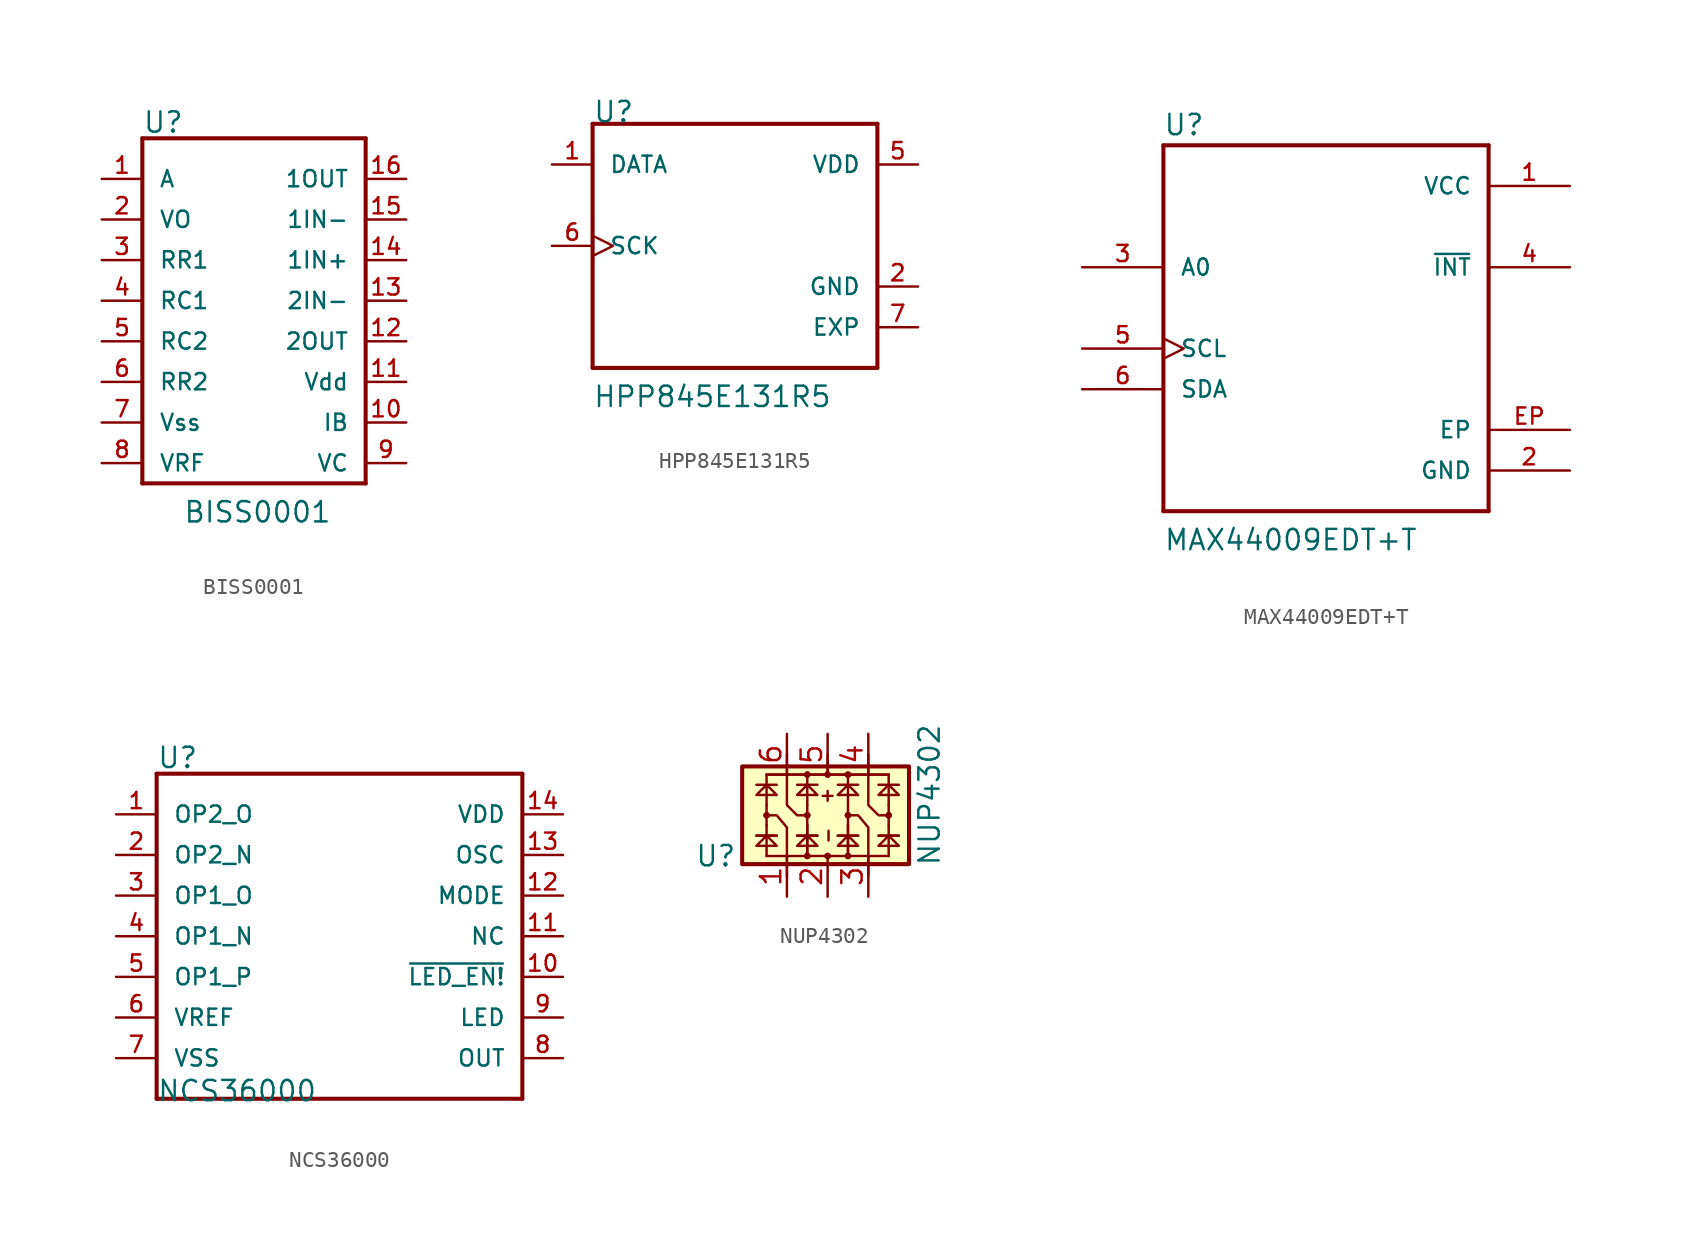
<source format=kicad_sym>
(kicad_symbol_lib
  (version 20220914)
  (generator kicad_symbol_editor)
  (symbol "BISS0001"
    (pin_names
      (offset 1.016))
    (property "Reference" "U"
      (at -12.7 10.414 0)
      (effects (font (size 1.27 1.27)) (justify left bottom)))
    (property "Value" "BISS0001"
      (at -10.16 -13.97 0)
      (effects (font (size 1.27 1.27)) (justify left bottom)))
    (property "ki_locked" ""
      (at 0 0 0)
      (effects (font (size 1.27 1.27))))
    (symbol "BISS0001_0_0"
      (polyline (pts (xy -12.7 -11.43) (xy 1.27 -11.43)) (stroke (width 0.254) (type default)) (fill (type none)))
      (polyline (pts (xy -12.7 10.16) (xy -12.7 -11.43)) (stroke (width 0.254) (type default)) (fill (type none)))
      (polyline (pts (xy 1.27 -11.43) (xy 1.27 10.16)) (stroke (width 0.254) (type default)) (fill (type none)))
      (polyline (pts (xy 1.27 10.16) (xy -12.7 10.16)) (stroke (width 0.254) (type default)) (fill (type none)))
      (pin bidirectional line (at -15.24 7.62 0) (length 2.54) (name "A" (effects (font (size 1.016 1.016)))) (number "1" (effects (font (size 1.016 1.016)))))
      (pin bidirectional line (at 3.81 -7.62 180) (length 2.54) (name "IB" (effects (font (size 1.016 1.016)))) (number "10" (effects (font (size 1.016 1.016)))))
      (pin power_in line (at 3.81 -5.08 180) (length 2.54) (name "Vdd" (effects (font (size 1.016 1.016)))) (number "11" (effects (font (size 1.016 1.016)))))
      (pin bidirectional line (at 3.81 -2.54 180) (length 2.54) (name "2OUT" (effects (font (size 1.016 1.016)))) (number "12" (effects (font (size 1.016 1.016)))))
      (pin bidirectional line (at 3.81 0 180) (length 2.54) (name "2IN-" (effects (font (size 1.016 1.016)))) (number "13" (effects (font (size 1.016 1.016)))))
      (pin bidirectional line (at 3.81 2.54 180) (length 2.54) (name "1IN+" (effects (font (size 1.016 1.016)))) (number "14" (effects (font (size 1.016 1.016)))))
      (pin bidirectional line (at 3.81 5.08 180) (length 2.54) (name "1IN-" (effects (font (size 1.016 1.016)))) (number "15" (effects (font (size 1.016 1.016)))))
      (pin bidirectional line (at 3.81 7.62 180) (length 2.54) (name "1OUT" (effects (font (size 1.016 1.016)))) (number "16" (effects (font (size 1.016 1.016)))))
      (pin bidirectional line (at -15.24 5.08 0) (length 2.54) (name "VO" (effects (font (size 1.016 1.016)))) (number "2" (effects (font (size 1.016 1.016)))))
      (pin bidirectional line (at -15.24 2.54 0) (length 2.54) (name "RR1" (effects (font (size 1.016 1.016)))) (number "3" (effects (font (size 1.016 1.016)))))
      (pin bidirectional line (at -15.24 0 0) (length 2.54) (name "RC1" (effects (font (size 1.016 1.016)))) (number "4" (effects (font (size 1.016 1.016)))))
      (pin bidirectional line (at -15.24 -2.54 0) (length 2.54) (name "RC2" (effects (font (size 1.016 1.016)))) (number "5" (effects (font (size 1.016 1.016)))))
      (pin bidirectional line (at -15.24 -5.08 0) (length 2.54) (name "RR2" (effects (font (size 1.016 1.016)))) (number "6" (effects (font (size 1.016 1.016)))))
      (pin power_in line (at -15.24 -7.62 0) (length 2.54) (name "Vss" (effects (font (size 1.016 1.016)))) (number "7" (effects (font (size 1.016 1.016)))))
      (pin bidirectional line (at -15.24 -10.16 0) (length 2.54) (name "VRF" (effects (font (size 1.016 1.016)))) (number "8" (effects (font (size 1.016 1.016)))))
      (pin bidirectional line (at 3.81 -10.16 180) (length 2.54) (name "VC" (effects (font (size 1.016 1.016)))) (number "9" (effects (font (size 1.016 1.016)))))))
  (symbol "HPP845E131R5"
    (pin_names
      (offset 1.016))
    (property "Reference" "U"
      (at -7.62 7.62 0)
      (effects (font (size 1.27 1.27)) (justify left bottom)))
    (property "Value" "HPP845E131R5"
      (at -7.62 -10.16 0)
      (effects (font (size 1.27 1.27)) (justify left bottom)))
    (property "ki_locked" ""
      (at 0 0 0)
      (effects (font (size 1.27 1.27))))
    (symbol "HPP845E131R5_0_0"
      (polyline (pts (xy -7.62 -7.62) (xy 10.16 -7.62)) (stroke (width 0.254) (type default)) (fill (type none)))
      (polyline (pts (xy -7.62 7.62) (xy -7.62 -7.62)) (stroke (width 0.254) (type default)) (fill (type none)))
      (polyline (pts (xy 10.16 -7.62) (xy 10.16 7.62)) (stroke (width 0.254) (type default)) (fill (type none)))
      (polyline (pts (xy 10.16 7.62) (xy -7.62 7.62)) (stroke (width 0.254) (type default)) (fill (type none)))
      (pin bidirectional line (at -10.16 5.08 0) (length 2.54) (name "DATA" (effects (font (size 1.016 1.016)))) (number "1" (effects (font (size 1.016 1.016)))))
      (pin power_in line (at 12.7 -2.54 180) (length 2.54) (name "GND" (effects (font (size 1.016 1.016)))) (number "2" (effects (font (size 1.016 1.016)))))
      (pin power_in line (at 12.7 5.08 180) (length 2.54) (name "VDD" (effects (font (size 1.016 1.016)))) (number "5" (effects (font (size 1.016 1.016)))))
      (pin bidirectional clock (at -10.16 0 0) (length 2.54) (name "SCK" (effects (font (size 1.016 1.016)))) (number "6" (effects (font (size 1.016 1.016)))))
      (pin power_in line (at 12.7 -5.08 180) (length 2.54) (name "EXP" (effects (font (size 1.016 1.016)))) (number "7" (effects (font (size 1.016 1.016)))))))
  (symbol "MAX44009EDT+T"
    (pin_names
      (offset 1.016))
    (property "Reference" "U"
      (at -10.185 10.693 0)
      (effects (font (size 1.27 1.27)) (justify left bottom)))
    (property "Value" "MAX44009EDT+T"
      (at -10.16 -15.24 0)
      (effects (font (size 1.27 1.27)) (justify left bottom)))
    (property "ki_locked" ""
      (at 0 0 0)
      (effects (font (size 1.27 1.27))))
    (symbol "MAX44009EDT+T_0_0"
      (polyline (pts (xy -10.16 -12.7) (xy -10.16 10.16)) (stroke (width 0.254) (type default)) (fill (type none)))
      (polyline (pts (xy -10.16 10.16) (xy 10.16 10.16)) (stroke (width 0.254) (type default)) (fill (type none)))
      (polyline (pts (xy 10.16 -12.7) (xy -10.16 -12.7)) (stroke (width 0.254) (type default)) (fill (type none)))
      (polyline (pts (xy 10.16 10.16) (xy 10.16 -12.7)) (stroke (width 0.254) (type default)) (fill (type none)))
      (pin power_in line (at 15.24 7.62 180) (length 5.08) (name "VCC" (effects (font (size 1.016 1.016)))) (number "1" (effects (font (size 1.016 1.016)))))
      (pin power_in line (at 15.24 -10.16 180) (length 5.08) (name "GND" (effects (font (size 1.016 1.016)))) (number "2" (effects (font (size 1.016 1.016)))))
      (pin input line (at -15.24 2.54 0) (length 5.08) (name "A0" (effects (font (size 1.016 1.016)))) (number "3" (effects (font (size 1.016 1.016)))))
      (pin output line (at 15.24 2.54 180) (length 5.08) (name "~{INT}" (effects (font (size 1.016 1.016)))) (number "4" (effects (font (size 1.016 1.016)))))
      (pin input clock (at -15.24 -2.54 0) (length 5.08) (name "SCL" (effects (font (size 1.016 1.016)))) (number "5" (effects (font (size 1.016 1.016)))))
      (pin bidirectional line (at -15.24 -5.08 0) (length 5.08) (name "SDA" (effects (font (size 1.016 1.016)))) (number "6" (effects (font (size 1.016 1.016)))))
      (pin power_in line (at 15.24 -7.62 180) (length 5.08) (name "EP" (effects (font (size 1.016 1.016)))) (number "EP" (effects (font (size 1.016 1.016)))))))
  (symbol "NCS36000"
    (pin_names
      (offset 1.016))
    (property "Reference" "U"
      (at -12.7 10.414 0)
      (effects (font (size 1.27 1.27)) (justify left bottom)))
    (property "Value" "NCS36000"
      (at -12.7 -10.414 0)
      (effects (font (size 1.27 1.27)) (justify left bottom)))
    (property "ki_locked" ""
      (at 0 0 0)
      (effects (font (size 1.27 1.27))))
    (symbol "NCS36000_0_0"
      (polyline (pts (xy -12.7 -10.16) (xy 10.16 -10.16)) (stroke (width 0.254) (type default)) (fill (type none)))
      (polyline (pts (xy -12.7 10.16) (xy -12.7 -10.16)) (stroke (width 0.254) (type default)) (fill (type none)))
      (polyline (pts (xy 10.16 -10.16) (xy 10.16 10.16)) (stroke (width 0.254) (type default)) (fill (type none)))
      (polyline (pts (xy 10.16 10.16) (xy -12.7 10.16)) (stroke (width 0.254) (type default)) (fill (type none)))
      (pin bidirectional line (at -15.24 7.62 0) (length 2.54) (name "OP2_O" (effects (font (size 1.016 1.016)))) (number "1" (effects (font (size 1.016 1.016)))))
      (pin bidirectional line (at 12.7 -2.54 180) (length 2.54) (name "~{LED_EN!}" (effects (font (size 1.016 1.016)))) (number "10" (effects (font (size 1.016 1.016)))))
      (pin bidirectional line (at 12.7 0 180) (length 2.54) (name "NC" (effects (font (size 1.016 1.016)))) (number "11" (effects (font (size 1.016 1.016)))))
      (pin bidirectional line (at 12.7 2.54 180) (length 2.54) (name "MODE" (effects (font (size 1.016 1.016)))) (number "12" (effects (font (size 1.016 1.016)))))
      (pin bidirectional line (at 12.7 5.08 180) (length 2.54) (name "OSC" (effects (font (size 1.016 1.016)))) (number "13" (effects (font (size 1.016 1.016)))))
      (pin power_in line (at 12.7 7.62 180) (length 2.54) (name "VDD" (effects (font (size 1.016 1.016)))) (number "14" (effects (font (size 1.016 1.016)))))
      (pin bidirectional line (at -15.24 5.08 0) (length 2.54) (name "OP2_N" (effects (font (size 1.016 1.016)))) (number "2" (effects (font (size 1.016 1.016)))))
      (pin bidirectional line (at -15.24 2.54 0) (length 2.54) (name "OP1_O" (effects (font (size 1.016 1.016)))) (number "3" (effects (font (size 1.016 1.016)))))
      (pin bidirectional line (at -15.24 0 0) (length 2.54) (name "OP1_N" (effects (font (size 1.016 1.016)))) (number "4" (effects (font (size 1.016 1.016)))))
      (pin bidirectional line (at -15.24 -2.54 0) (length 2.54) (name "OP1_P" (effects (font (size 1.016 1.016)))) (number "5" (effects (font (size 1.016 1.016)))))
      (pin bidirectional line (at -15.24 -5.08 0) (length 2.54) (name "VREF" (effects (font (size 1.016 1.016)))) (number "6" (effects (font (size 1.016 1.016)))))
      (pin power_in line (at -15.24 -7.62 0) (length 2.54) (name "VSS" (effects (font (size 1.016 1.016)))) (number "7" (effects (font (size 1.016 1.016)))))
      (pin bidirectional line (at 12.7 -7.62 180) (length 2.54) (name "OUT" (effects (font (size 1.016 1.016)))) (number "8" (effects (font (size 1.016 1.016)))))
      (pin bidirectional line (at 12.7 -5.08 180) (length 2.54) (name "LED" (effects (font (size 1.016 1.016)))) (number "9" (effects (font (size 1.016 1.016)))))))
  (symbol "NUP4302"
    (property "Reference" "U"
      (at -6.985 -2.54 0)
      (effects (font (size 1.27 1.27))))
    (property "Value" "NUP4302"
      (at 6.35 1.27 90)
      (effects (font (size 1.27 1.27))))
    (symbol "NUP4302_0_0"
      (text "+" (at 0 1.27 0) (effects (font (size 0.8 0.8))))
      (text "-" (at 0 -1.27 900) (effects (font (size 0.8 0.8)))))
    (symbol "NUP4302_0_1"
      (rectangle (start -5.334 3.048) (end 5.08 -3.048) (stroke (width 0.254) (type default)) (fill (type background)))
      (circle (center -3.81 0) (radius 0.127) (stroke (width 0) (type default)) (fill (type none)))
      (circle (center -3.81 0) (radius 0.127) (stroke (width 0) (type default)) (fill (type none)))
      (circle (center -1.27 -2.54) (radius 0.127) (stroke (width 0) (type default)) (fill (type none)))
      (circle (center -1.27 -2.54) (radius 0.127) (stroke (width 0) (type default)) (fill (type none)))
      (circle (center -1.27 0) (radius 0.127) (stroke (width 0) (type default)) (fill (type none)))
      (circle (center -1.27 0) (radius 0.127) (stroke (width 0) (type default)) (fill (type none)))
      (circle (center -1.27 2.54) (radius 0.127) (stroke (width 0) (type default)) (fill (type none)))
      (circle (center -1.27 2.54) (radius 0.127) (stroke (width 0) (type default)) (fill (type none)))
      (circle (center 0 -2.54) (radius 0.127) (stroke (width 0) (type default)) (fill (type none)))
      (circle (center 0 -2.54) (radius 0.127) (stroke (width 0) (type default)) (fill (type none)))
      (polyline (pts (xy -4.445 -1.27) (xy -3.175 -1.27)) (stroke (width 0) (type default)) (fill (type none)))
      (polyline (pts (xy -4.445 -1.27) (xy -3.175 -1.27)) (stroke (width 0) (type default)) (fill (type none)))
      (polyline (pts (xy -4.445 1.905) (xy -3.175 1.905)) (stroke (width 0) (type default)) (fill (type none)))
      (polyline (pts (xy -3.81 -2.54) (xy -3.81 -0.635)) (stroke (width 0) (type default)) (fill (type none)))
      (polyline (pts (xy -3.81 -2.54) (xy 3.81 -2.54)) (stroke (width 0) (type default)) (fill (type none)))
      (polyline (pts (xy -3.81 -0.635) (xy -3.81 0.635)) (stroke (width 0) (type default)) (fill (type none)))
      (polyline (pts (xy -3.81 0.635) (xy -3.81 2.54)) (stroke (width 0) (type default)) (fill (type none)))
      (polyline (pts (xy -3.81 2.54) (xy 3.81 2.54)) (stroke (width 0) (type default)) (fill (type none)))
      (polyline (pts (xy -3.81 2.54) (xy 3.81 2.54)) (stroke (width 0) (type default)) (fill (type none)))
      (polyline (pts (xy -1.905 -1.27) (xy -0.635 -1.27)) (stroke (width 0) (type default)) (fill (type none)))
      (polyline (pts (xy -1.905 -1.27) (xy -0.635 -1.27)) (stroke (width 0) (type default)) (fill (type none)))
      (polyline (pts (xy -1.905 1.905) (xy -0.635 1.905)) (stroke (width 0) (type default)) (fill (type none)))
      (polyline (pts (xy -1.27 -2.54) (xy -1.27 -0.635)) (stroke (width 0) (type default)) (fill (type none)))
      (polyline (pts (xy -1.27 -2.54) (xy -1.27 -0.635)) (stroke (width 0) (type default)) (fill (type none)))
      (polyline (pts (xy -1.27 0.635) (xy -1.27 -0.635)) (stroke (width 0) (type default)) (fill (type none)))
      (polyline (pts (xy -1.27 0.635) (xy -1.27 2.54)) (stroke (width 0) (type default)) (fill (type none)))
      (polyline (pts (xy 0 2.54) (xy 0 3.81)) (stroke (width 0) (type default)) (fill (type none)))
      (polyline (pts (xy 0.635 -1.27) (xy 1.905 -1.27)) (stroke (width 0) (type default)) (fill (type none)))
      (polyline (pts (xy 0.635 -1.27) (xy 1.905 -1.27)) (stroke (width 0) (type default)) (fill (type none)))
      (polyline (pts (xy 0.635 1.905) (xy 1.905 1.905)) (stroke (width 0) (type default)) (fill (type none)))
      (polyline (pts (xy 1.27 -2.54) (xy 1.27 -0.635)) (stroke (width 0) (type default)) (fill (type none)))
      (polyline (pts (xy 1.27 -2.54) (xy 1.27 -0.635)) (stroke (width 0) (type default)) (fill (type none)))
      (polyline (pts (xy 1.27 0.635) (xy 1.27 -0.635)) (stroke (width 0) (type default)) (fill (type none)))
      (polyline (pts (xy 1.27 0.635) (xy 1.27 2.54)) (stroke (width 0) (type default)) (fill (type none)))
      (polyline (pts (xy 3.175 -1.27) (xy 4.445 -1.27)) (stroke (width 0) (type default)) (fill (type none)))
      (polyline (pts (xy 3.175 -1.27) (xy 4.445 -1.27)) (stroke (width 0) (type default)) (fill (type none)))
      (polyline (pts (xy 3.175 1.905) (xy 4.445 1.905)) (stroke (width 0) (type default)) (fill (type none)))
      (polyline (pts (xy 3.81 -2.54) (xy 3.81 -0.635)) (stroke (width 0) (type default)) (fill (type none)))
      (polyline (pts (xy 3.81 0.635) (xy 3.81 -0.635)) (stroke (width 0) (type default)) (fill (type none)))
      (polyline (pts (xy 3.81 0.635) (xy 3.81 2.54)) (stroke (width 0) (type default)) (fill (type none)))
      (polyline (pts (xy -4.445 -1.905) (xy -3.175 -1.905) (xy -3.81 -1.27) (xy -4.445 -1.905)) (stroke (width 0) (type default)) (fill (type none)))
      (polyline (pts (xy -4.445 1.27) (xy -3.175 1.27) (xy -3.81 1.905) (xy -4.445 1.27)) (stroke (width 0) (type default)) (fill (type none)))
      (polyline (pts (xy -2.54 -3.81) (xy -2.54 -0.762) (xy -3.175 0) (xy -3.81 0)) (stroke (width 0) (type default)) (fill (type none)))
      (polyline (pts (xy -2.54 3.81) (xy -2.54 0.635) (xy -1.905 0) (xy -1.27 0)) (stroke (width 0) (type default)) (fill (type none)))
      (polyline (pts (xy -1.905 -1.905) (xy -0.635 -1.905) (xy -1.27 -1.27) (xy -1.905 -1.905)) (stroke (width 0) (type default)) (fill (type none)))
      (polyline (pts (xy -1.905 1.27) (xy -0.635 1.27) (xy -1.27 1.905) (xy -1.905 1.27)) (stroke (width 0) (type default)) (fill (type none)))
      (polyline (pts (xy 0.635 -1.905) (xy 1.905 -1.905) (xy 1.27 -1.27) (xy 0.635 -1.905)) (stroke (width 0) (type default)) (fill (type none)))
      (polyline (pts (xy 0.635 1.27) (xy 1.905 1.27) (xy 1.27 1.905) (xy 0.635 1.27)) (stroke (width 0) (type default)) (fill (type none)))
      (polyline (pts (xy 2.54 -3.81) (xy 2.54 -0.762) (xy 1.905 0) (xy 1.143 0)) (stroke (width 0) (type default)) (fill (type none)))
      (polyline (pts (xy 2.54 3.81) (xy 2.54 0.635) (xy 3.175 0) (xy 3.81 0)) (stroke (width 0) (type default)) (fill (type none)))
      (polyline (pts (xy 3.175 -1.905) (xy 4.445 -1.905) (xy 3.81 -1.27) (xy 3.175 -1.905)) (stroke (width 0) (type default)) (fill (type none)))
      (polyline (pts (xy 3.175 1.27) (xy 4.445 1.27) (xy 3.81 1.905) (xy 3.175 1.27)) (stroke (width 0) (type default)) (fill (type none)))
      (circle (center 0 2.54) (radius 0.127) (stroke (width 0) (type default)) (fill (type none)))
      (circle (center 0 2.54) (radius 0.127) (stroke (width 0) (type default)) (fill (type none)))
      (circle (center 1.27 -2.54) (radius 0.127) (stroke (width 0) (type default)) (fill (type none)))
      (circle (center 1.27 -2.54) (radius 0.127) (stroke (width 0) (type default)) (fill (type none)))
      (circle (center 1.27 0) (radius 0.127) (stroke (width 0) (type default)) (fill (type none)))
      (circle (center 1.27 0) (radius 0.127) (stroke (width 0) (type default)) (fill (type none)))
      (circle (center 1.27 2.54) (radius 0.127) (stroke (width 0) (type default)) (fill (type none)))
      (circle (center 1.27 2.54) (radius 0.127) (stroke (width 0) (type default)) (fill (type none)))
      (circle (center 3.81 0) (radius 0.127) (stroke (width 0) (type default)) (fill (type none)))
      (circle (center 3.81 0) (radius 0.127) (stroke (width 0) (type default)) (fill (type none))))
    (symbol "NUP4302_1_1"
      (pin passive line (at -2.54 -5.08 90) (length 2.54) (name "~" (effects (font (size 1.27 1.27)))) (number "1" (effects (font (size 1.27 1.27)))))
      (pin passive line (at 0 -5.08 90) (length 2.54) (name "~" (effects (font (size 1.27 1.27)))) (number "2" (effects (font (size 1.27 1.27)))))
      (pin passive line (at 2.54 -5.08 90) (length 2.54) (name "~" (effects (font (size 1.27 1.27)))) (number "3" (effects (font (size 1.27 1.27)))))
      (pin passive line (at 2.54 5.08 270) (length 2.54) (name "~" (effects (font (size 1.27 1.27)))) (number "4" (effects (font (size 1.27 1.27)))))
      (pin passive line (at 0 5.08 270) (length 2.54) (name "~" (effects (font (size 1.27 1.27)))) (number "5" (effects (font (size 1.27 1.27)))))
      (pin passive line (at -2.54 5.08 270) (length 2.54) (name "~" (effects (font (size 1.27 1.27)))) (number "6" (effects (font (size 1.27 1.27))))))))
</source>
